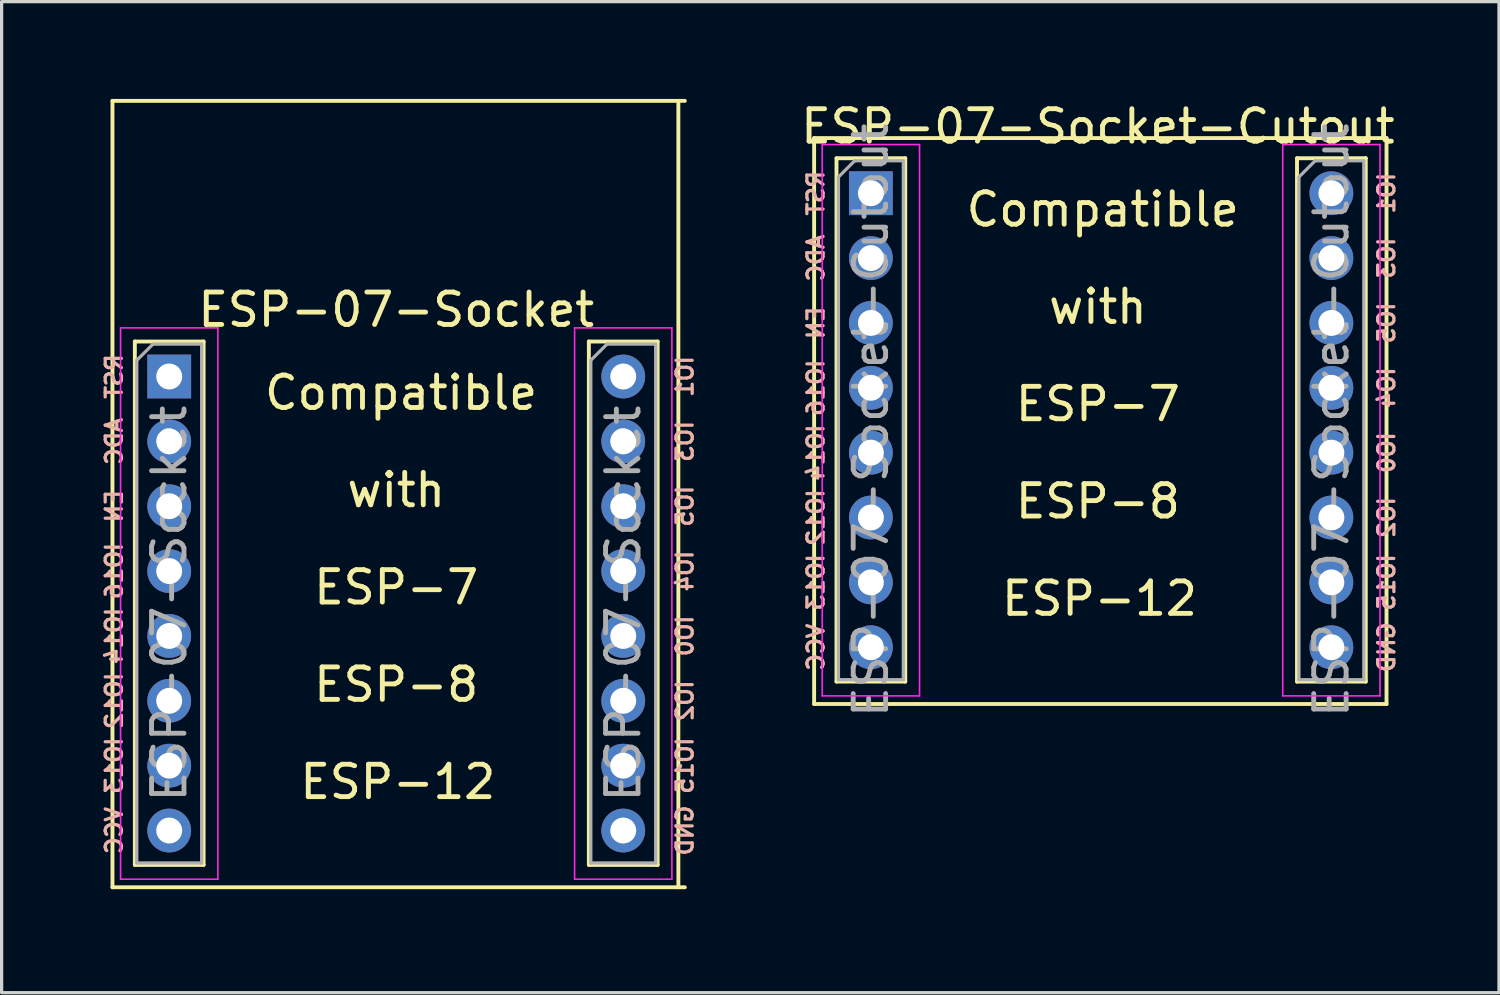
<source format=kicad_pcb>
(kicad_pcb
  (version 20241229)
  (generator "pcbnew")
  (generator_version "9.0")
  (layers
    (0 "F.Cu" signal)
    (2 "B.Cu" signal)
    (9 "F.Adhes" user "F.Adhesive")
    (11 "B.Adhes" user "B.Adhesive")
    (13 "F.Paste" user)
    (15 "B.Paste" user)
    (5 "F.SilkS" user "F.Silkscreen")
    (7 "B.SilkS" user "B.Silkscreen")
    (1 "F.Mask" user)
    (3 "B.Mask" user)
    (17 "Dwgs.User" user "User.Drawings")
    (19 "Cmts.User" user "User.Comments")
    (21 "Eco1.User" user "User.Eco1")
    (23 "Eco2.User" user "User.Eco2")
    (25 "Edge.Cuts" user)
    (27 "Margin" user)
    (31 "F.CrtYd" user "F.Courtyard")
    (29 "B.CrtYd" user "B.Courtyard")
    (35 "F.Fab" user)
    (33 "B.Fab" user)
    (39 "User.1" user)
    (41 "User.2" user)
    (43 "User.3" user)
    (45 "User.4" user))
  (footprint "ESP-07-Socket"
    (layer "F.Cu")
    (at 0.418 24.31)
    (property "Reference" "ESP-07-Socket" (at 8.75 -17.81 0) (layer "F.SilkS") (effects (font (size 1 1) (thickness 0.15))))
    (attr through_hole)
    (fp_line (start 0 0) (end 0 -24.25) (stroke (width 0.12) (type solid)) (layer "F.SilkS"))
    (fp_line (start 0.69 -16.829) (end 0.69 -0.69) (stroke (width 0.12) (type solid)) (layer "F.SilkS"))
    (fp_line (start 0.69 -16.829) (end 2.81 -16.829) (stroke (width 0.12) (type solid)) (layer "F.SilkS"))
    (fp_line (start 0.69 -0.69) (end 2.81 -0.69) (stroke (width 0.12) (type solid)) (layer "F.SilkS"))
    (fp_line (start 2.81 -16.829) (end 2.81 -0.69) (stroke (width 0.12) (type solid)) (layer "F.SilkS"))
    (fp_line (start 14.69 -16.829) (end 14.69 -0.69) (stroke (width 0.12) (type solid)) (layer "F.SilkS"))
    (fp_line (start 14.69 -16.829) (end 16.81 -16.829) (stroke (width 0.12) (type solid)) (layer "F.SilkS"))
    (fp_line (start 14.69 -0.69) (end 16.81 -0.69) (stroke (width 0.12) (type solid)) (layer "F.SilkS"))
    (fp_line (start 16.81 -16.829) (end 16.81 -0.69) (stroke (width 0.12) (type solid)) (layer "F.SilkS"))
    (fp_line (start 17.45 0) (end 17.45 -24.25) (stroke (width 0.12) (type solid)) (layer "F.SilkS"))
    (fp_line (start 17.65 -24.25) (end 0 -24.25) (stroke (width 0.12) (type solid)) (layer "F.SilkS"))
    (fp_line (start 17.65 0) (end 0 0) (stroke (width 0.12) (type solid)) (layer "F.SilkS"))
    (fp_line (start 0.25 -17.25) (end 0.25 -0.25) (stroke (width 0.05) (type solid)) (layer "F.CrtYd"))
    (fp_line (start 0.25 -0.25) (end 3.25 -0.25) (stroke (width 0.05) (type solid)) (layer "F.CrtYd"))
    (fp_line (start 3.25 -17.25) (end 0.25 -17.25) (stroke (width 0.05) (type solid)) (layer "F.CrtYd"))
    (fp_line (start 3.25 -0.25) (end 3.25 -17.25) (stroke (width 0.05) (type solid)) (layer "F.CrtYd"))
    (fp_line (start 14.25 -17.25) (end 14.25 -0.25) (stroke (width 0.05) (type solid)) (layer "F.CrtYd"))
    (fp_line (start 14.25 -0.25) (end 17.25 -0.25) (stroke (width 0.05) (type solid)) (layer "F.CrtYd"))
    (fp_line (start 17.25 -17.25) (end 14.25 -17.25) (stroke (width 0.05) (type solid)) (layer "F.CrtYd"))
    (fp_line (start 17.25 -0.25) (end 17.25 -17.25) (stroke (width 0.05) (type solid)) (layer "F.CrtYd"))
    (fp_line (start 0.75 -16.25) (end 1.25 -16.75) (stroke (width 0.1) (type solid)) (layer "F.Fab"))
    (fp_line (start 0.75 -0.75) (end 0.75 -16.25) (stroke (width 0.1) (type solid)) (layer "F.Fab"))
    (fp_line (start 1.25 -16.75) (end 2.75 -16.75) (stroke (width 0.1) (type solid)) (layer "F.Fab"))
    (fp_line (start 2.75 -16.75) (end 2.75 -0.75) (stroke (width 0.1) (type solid)) (layer "F.Fab"))
    (fp_line (start 2.75 -0.75) (end 0.75 -0.75) (stroke (width 0.1) (type solid)) (layer "F.Fab"))
    (fp_line (start 14.75 -16.25) (end 15.25 -16.75) (stroke (width 0.1) (type solid)) (layer "F.Fab"))
    (fp_line (start 14.75 -0.75) (end 14.75 -16.25) (stroke (width 0.1) (type solid)) (layer "F.Fab"))
    (fp_line (start 15.25 -16.75) (end 16.75 -16.75) (stroke (width 0.1) (type solid)) (layer "F.Fab"))
    (fp_line (start 16.75 -16.75) (end 16.75 -0.75) (stroke (width 0.1) (type solid)) (layer "F.Fab"))
    (fp_line (start 16.75 -0.75) (end 14.75 -0.75) (stroke (width 0.1) (type solid)) (layer "F.Fab"))
    (fp_text user "ESP-7" (at 8.75 -9.25 0) (layer "F.SilkS") (effects (font (size 1 1) (thickness 0.15))))
    (fp_text user "with" (at 8.75 -12.25 0) (layer "F.SilkS") (effects (font (size 1 1) (thickness 0.15))))
    (fp_text user "ESP-12" (at 8.8 -3.25 0) (layer "F.SilkS") (effects (font (size 1 1) (thickness 0.15))))
    (fp_text user "ESP-8" (at 8.75 -6.25 0) (layer "F.SilkS") (effects (font (size 1 1) (thickness 0.15))))
    (fp_text user "Compatible" (at 8.9 -15.25 0) (layer "F.SilkS") (effects (font (size 1 1) (thickness 0.15))))
    (fp_text user "IO12" (at 0.05 -5.75 270) (layer "B.SilkS") (effects (font (size 0.5 0.5) (thickness 0.1)) (justify mirror)))
    (fp_text user "VCC" (at 0.05 -1.75 270) (layer "B.SilkS") (effects (font (size 0.5 0.5) (thickness 0.1)) (justify mirror)))
    (fp_text user "IO16" (at 0.05 -9.75 270) (layer "B.SilkS") (effects (font (size 0.5 0.5) (thickness 0.1)) (justify mirror)))
    (fp_text user "IO3" (at 17.65 -13.75 90) (layer "B.SilkS") (effects (font (size 0.5 0.5) (thickness 0.1)) (justify mirror)))
    (fp_text user "IO0" (at 17.65 -7.75 90) (layer "B.SilkS") (effects (font (size 0.5 0.5) (thickness 0.1)) (justify mirror)))
    (fp_text user "IO15" (at 17.65 -3.75 90) (layer "B.SilkS") (effects (font (size 0.5 0.5) (thickness 0.1)) (justify mirror)))
    (fp_text user "IO2" (at 17.65 -5.75 90) (layer "B.SilkS") (effects (font (size 0.5 0.5) (thickness 0.1)) (justify mirror)))
    (fp_text user "ADC" (at 0.05 -13.75 270) (layer "B.SilkS") (effects (font (size 0.5 0.5) (thickness 0.1)) (justify mirror)))
    (fp_text user "RST" (at 0.05 -15.75 270) (layer "B.SilkS") (effects (font (size 0.5 0.5) (thickness 0.1)) (justify mirror)))
    (fp_text user "IO14" (at 0.05 -7.75 270) (layer "B.SilkS") (effects (font (size 0.5 0.5) (thickness 0.1)) (justify mirror)))
    (fp_text user "IO5" (at 17.65 -11.75 90) (layer "B.SilkS") (effects (font (size 0.5 0.5) (thickness 0.1)) (justify mirror)))
    (fp_text user "EN" (at 0.05 -11.75 270) (layer "B.SilkS") (effects (font (size 0.5 0.5) (thickness 0.1)) (justify mirror)))
    (fp_text user "IO1" (at 17.65 -15.75 90) (layer "B.SilkS") (effects (font (size 0.5 0.5) (thickness 0.1)) (justify mirror)))
    (fp_text user "IO4" (at 17.65 -9.75 90) (layer "B.SilkS") (effects (font (size 0.5 0.5) (thickness 0.1)) (justify mirror)))
    (fp_text user "GND" (at 17.65 -1.75 90) (layer "B.SilkS") (effects (font (size 0.5 0.5) (thickness 0.1)) (justify mirror)))
    (fp_text user "IO13" (at 0.05 -3.75 270) (layer "B.SilkS") (effects (font (size 0.5 0.5) (thickness 0.1)) (justify mirror)))
    (fp_text user "${REFERENCE}" (at 15.75 -8.75 90) (layer "F.Fab") (effects (font (size 1 1) (thickness 0.15))))
    (fp_text user "${REFERENCE}" (at 1.75 -8.75 90) (layer "F.Fab") (effects (font (size 1 1) (thickness 0.15))))
    (pad "1" thru_hole rect (at 1.75 -15.75) (size 1.35 1.35) (drill 0.8) (layers "*.Cu" "*.Mask"))
    (pad "2" thru_hole oval (at 1.75 -13.75) (size 1.35 1.35) (drill 0.8) (layers "*.Cu" "*.Mask"))
    (pad "3" thru_hole oval (at 1.75 -11.75) (size 1.35 1.35) (drill 0.8) (layers "*.Cu" "*.Mask"))
    (pad "4" thru_hole oval (at 1.75 -9.75) (size 1.35 1.35) (drill 0.8) (layers "*.Cu" "*.Mask"))
    (pad "5" thru_hole oval (at 1.75 -7.75) (size 1.35 1.35) (drill 0.8) (layers "*.Cu" "*.Mask"))
    (pad "6" thru_hole oval (at 1.75 -5.75) (size 1.35 1.35) (drill 0.8) (layers "*.Cu" "*.Mask"))
    (pad "7" thru_hole oval (at 1.75 -3.75) (size 1.35 1.35) (drill 0.8) (layers "*.Cu" "*.Mask"))
    (pad "8" thru_hole oval (at 1.75 -1.75) (size 1.35 1.35) (drill 0.8) (layers "*.Cu" "*.Mask"))
    (pad "9" thru_hole oval (at 15.75 -1.75) (size 1.35 1.35) (drill 0.8) (layers "*.Cu" "*.Mask"))
    (pad "10" thru_hole oval (at 15.75 -3.75) (size 1.35 1.35) (drill 0.8) (layers "*.Cu" "*.Mask"))
    (pad "11" thru_hole oval (at 15.75 -5.75) (size 1.35 1.35) (drill 0.8) (layers "*.Cu" "*.Mask"))
    (pad "12" thru_hole oval (at 15.75 -7.75) (size 1.35 1.35) (drill 0.8) (layers "*.Cu" "*.Mask"))
    (pad "13" thru_hole oval (at 15.75 -9.75) (size 1.35 1.35) (drill 0.8) (layers "*.Cu" "*.Mask"))
    (pad "14" thru_hole oval (at 15.75 -11.75) (size 1.35 1.35) (drill 0.8) (layers "*.Cu" "*.Mask"))
    (pad "15" thru_hole oval (at 15.75 -13.75) (size 1.35 1.35) (drill 0.8) (layers "*.Cu" "*.Mask"))
    (pad "16" thru_hole circle (at 15.75 -15.75) (size 1.35 1.35) (drill 0.8) (layers "*.Cu" "*.Mask")))
  (footprint "ESP-07-Socket-Cutout"
    (layer "F.Cu")
    (at 23.804 2.908)
    (property "Reference" "ESP-07-Socket-Cutout" (at 7 -2.06 0) (layer "F.SilkS") (effects (font (size 1 1) (thickness 0.15))))
    (attr through_hole)
    (fp_line (start -1.75 15.75) (end -1.75 -1.7) (stroke (width 0.12) (type solid)) (layer "F.SilkS"))
    (fp_line (start -1.06 -1.079) (end -1.06 15.06) (stroke (width 0.12) (type solid)) (layer "F.SilkS"))
    (fp_line (start -1.06 -1.079) (end 1.06 -1.079) (stroke (width 0.12) (type solid)) (layer "F.SilkS"))
    (fp_line (start -1.06 15.06) (end 1.06 15.06) (stroke (width 0.12) (type solid)) (layer "F.SilkS"))
    (fp_line (start 1.06 -1.079) (end 1.06 15.06) (stroke (width 0.12) (type solid)) (layer "F.SilkS"))
    (fp_line (start 13.14 -1.079) (end 13.14 15.06) (stroke (width 0.12) (type solid)) (layer "F.SilkS"))
    (fp_line (start 13.14 -1.079) (end 15.26 -1.079) (stroke (width 0.12) (type solid)) (layer "F.SilkS"))
    (fp_line (start 13.14 15.06) (end 15.26 15.06) (stroke (width 0.12) (type solid)) (layer "F.SilkS"))
    (fp_line (start 15.26 -1.079) (end 15.26 15.06) (stroke (width 0.12) (type solid)) (layer "F.SilkS"))
    (fp_line (start 15.9 -1.7) (end -1.75 -1.7) (stroke (width 0.12) (type solid)) (layer "F.SilkS"))
    (fp_line (start 15.9 15.75) (end -1.75 15.75) (stroke (width 0.12) (type solid)) (layer "F.SilkS"))
    (fp_line (start 15.9 15.75) (end 15.9 -1.7) (stroke (width 0.12) (type solid)) (layer "F.SilkS"))
    (fp_line (start -1.5 -1.5) (end -1.5 15.5) (stroke (width 0.05) (type solid)) (layer "F.CrtYd"))
    (fp_line (start -1.5 15.5) (end 1.5 15.5) (stroke (width 0.05) (type solid)) (layer "F.CrtYd"))
    (fp_line (start 1.5 -1.5) (end -1.5 -1.5) (stroke (width 0.05) (type solid)) (layer "F.CrtYd"))
    (fp_line (start 1.5 15.5) (end 1.5 -1.5) (stroke (width 0.05) (type solid)) (layer "F.CrtYd"))
    (fp_line (start 12.7 -1.5) (end 12.7 15.5) (stroke (width 0.05) (type solid)) (layer "F.CrtYd"))
    (fp_line (start 12.7 15.5) (end 15.7 15.5) (stroke (width 0.05) (type solid)) (layer "F.CrtYd"))
    (fp_line (start 15.7 -1.5) (end 12.7 -1.5) (stroke (width 0.05) (type solid)) (layer "F.CrtYd"))
    (fp_line (start 15.7 15.5) (end 15.7 -1.5) (stroke (width 0.05) (type solid)) (layer "F.CrtYd"))
    (fp_line (start -1 -0.5) (end -0.5 -1) (stroke (width 0.1) (type solid)) (layer "F.Fab"))
    (fp_line (start -1 15) (end -1 -0.5) (stroke (width 0.1) (type solid)) (layer "F.Fab"))
    (fp_line (start -0.5 -1) (end 1 -1) (stroke (width 0.1) (type solid)) (layer "F.Fab"))
    (fp_line (start 1 -1) (end 1 15) (stroke (width 0.1) (type solid)) (layer "F.Fab"))
    (fp_line (start 1 15) (end -1 15) (stroke (width 0.1) (type solid)) (layer "F.Fab"))
    (fp_line (start 13.2 -0.5) (end 13.7 -1) (stroke (width 0.1) (type solid)) (layer "F.Fab"))
    (fp_line (start 13.2 15) (end 13.2 -0.5) (stroke (width 0.1) (type solid)) (layer "F.Fab"))
    (fp_line (start 13.7 -1) (end 15.2 -1) (stroke (width 0.1) (type solid)) (layer "F.Fab"))
    (fp_line (start 15.2 -1) (end 15.2 15) (stroke (width 0.1) (type solid)) (layer "F.Fab"))
    (fp_line (start 15.2 15) (end 13.2 15) (stroke (width 0.1) (type solid)) (layer "F.Fab"))
    (fp_text user "with" (at 7 3.5 0) (layer "F.SilkS") (effects (font (size 1 1) (thickness 0.15))))
    (fp_text user "ESP-12" (at 7.05 12.5 0) (layer "F.SilkS") (effects (font (size 1 1) (thickness 0.15))))
    (fp_text user "ESP-7" (at 7 6.5 0) (layer "F.SilkS") (effects (font (size 1 1) (thickness 0.15))))
    (fp_text user "Compatible" (at 7.15 0.5 0) (layer "F.SilkS") (effects (font (size 1 1) (thickness 0.15))))
    (fp_text user "ESP-8" (at 7 9.5 0) (layer "F.SilkS") (effects (font (size 1 1) (thickness 0.15))))
    (fp_text user "IO5" (at 15.9 4 90) (layer "B.SilkS") (effects (font (size 0.5 0.5) (thickness 0.1)) (justify mirror)))
    (fp_text user "IO13" (at -1.7 12 270) (layer "B.SilkS") (effects (font (size 0.5 0.5) (thickness 0.1)) (justify mirror)))
    (fp_text user "IO14" (at -1.7 8 270) (layer "B.SilkS") (effects (font (size 0.5 0.5) (thickness 0.1)) (justify mirror)))
    (fp_text user "IO12" (at -1.7 10 270) (layer "B.SilkS") (effects (font (size 0.5 0.5) (thickness 0.1)) (justify mirror)))
    (fp_text user "IO2" (at 15.9 10 90) (layer "B.SilkS") (effects (font (size 0.5 0.5) (thickness 0.1)) (justify mirror)))
    (fp_text user "IO4" (at 15.9 6 90) (layer "B.SilkS") (effects (font (size 0.5 0.5) (thickness 0.1)) (justify mirror)))
    (fp_text user "IO3" (at 15.9 2 90) (layer "B.SilkS") (effects (font (size 0.5 0.5) (thickness 0.1)) (justify mirror)))
    (fp_text user "IO15" (at 15.9 12 90) (layer "B.SilkS") (effects (font (size 0.5 0.5) (thickness 0.1)) (justify mirror)))
    (fp_text user "EN" (at -1.7 4 270) (layer "B.SilkS") (effects (font (size 0.5 0.5) (thickness 0.1)) (justify mirror)))
    (fp_text user "IO16" (at -1.7 6 270) (layer "B.SilkS") (effects (font (size 0.5 0.5) (thickness 0.1)) (justify mirror)))
    (fp_text user "GND" (at 15.9 14 90) (layer "B.SilkS") (effects (font (size 0.5 0.5) (thickness 0.1)) (justify mirror)))
    (fp_text user "ADC" (at -1.7 2 270) (layer "B.SilkS") (effects (font (size 0.5 0.5) (thickness 0.1)) (justify mirror)))
    (fp_text user "IO1" (at 15.9 0 90) (layer "B.SilkS") (effects (font (size 0.5 0.5) (thickness 0.1)) (justify mirror)))
    (fp_text user "RST" (at -1.7 0 270) (layer "B.SilkS") (effects (font (size 0.5 0.5) (thickness 0.1)) (justify mirror)))
    (fp_text user "IO0" (at 15.9 8 90) (layer "B.SilkS") (effects (font (size 0.5 0.5) (thickness 0.1)) (justify mirror)))
    (fp_text user "VCC" (at -1.7 14 270) (layer "B.SilkS") (effects (font (size 0.5 0.5) (thickness 0.1)) (justify mirror)))
    (fp_text user "${REFERENCE}" (at 0 7 90) (layer "F.Fab") (effects (font (size 1 1) (thickness 0.15))))
    (fp_text user "${REFERENCE}" (at 14.2 7 90) (layer "F.Fab") (effects (font (size 1 1) (thickness 0.15))))
    (pad "1" thru_hole rect (at 0 0) (size 1.35 1.35) (drill 0.8) (layers "*.Cu" "*.Mask"))
    (pad "2" thru_hole oval (at 0 2) (size 1.35 1.35) (drill 0.8) (layers "*.Cu" "*.Mask"))
    (pad "3" thru_hole oval (at 0 4) (size 1.35 1.35) (drill 0.8) (layers "*.Cu" "*.Mask"))
    (pad "4" thru_hole oval (at 0 6) (size 1.35 1.35) (drill 0.8) (layers "*.Cu" "*.Mask"))
    (pad "5" thru_hole oval (at 0 8) (size 1.35 1.35) (drill 0.8) (layers "*.Cu" "*.Mask"))
    (pad "6" thru_hole oval (at 0 10) (size 1.35 1.35) (drill 0.8) (layers "*.Cu" "*.Mask"))
    (pad "7" thru_hole oval (at 0 12) (size 1.35 1.35) (drill 0.8) (layers "*.Cu" "*.Mask"))
    (pad "8" thru_hole oval (at 0 14) (size 1.35 1.35) (drill 0.8) (layers "*.Cu" "*.Mask"))
    (pad "9" thru_hole oval (at 14.2 14) (size 1.35 1.35) (drill 0.8) (layers "*.Cu" "*.Mask"))
    (pad "10" thru_hole oval (at 14.2 12) (size 1.35 1.35) (drill 0.8) (layers "*.Cu" "*.Mask"))
    (pad "11" thru_hole oval (at 14.2 10) (size 1.35 1.35) (drill 0.8) (layers "*.Cu" "*.Mask"))
    (pad "12" thru_hole oval (at 14.2 8) (size 1.35 1.35) (drill 0.8) (layers "*.Cu" "*.Mask"))
    (pad "13" thru_hole oval (at 14.2 6) (size 1.35 1.35) (drill 0.8) (layers "*.Cu" "*.Mask"))
    (pad "14" thru_hole oval (at 14.2 4) (size 1.35 1.35) (drill 0.8) (layers "*.Cu" "*.Mask"))
    (pad "15" thru_hole oval (at 14.2 2) (size 1.35 1.35) (drill 0.8) (layers "*.Cu" "*.Mask"))
    (pad "16" thru_hole circle (at 14.2 0) (size 1.35 1.35) (drill 0.8) (layers "*.Cu" "*.Mask")))
  (gr_rect
    (start -3 -3)
    (end 43.172 27.56)
    (stroke (width 0.1) (type default))
    (fill no)
    (layer "Edge.Cuts")))
</source>
